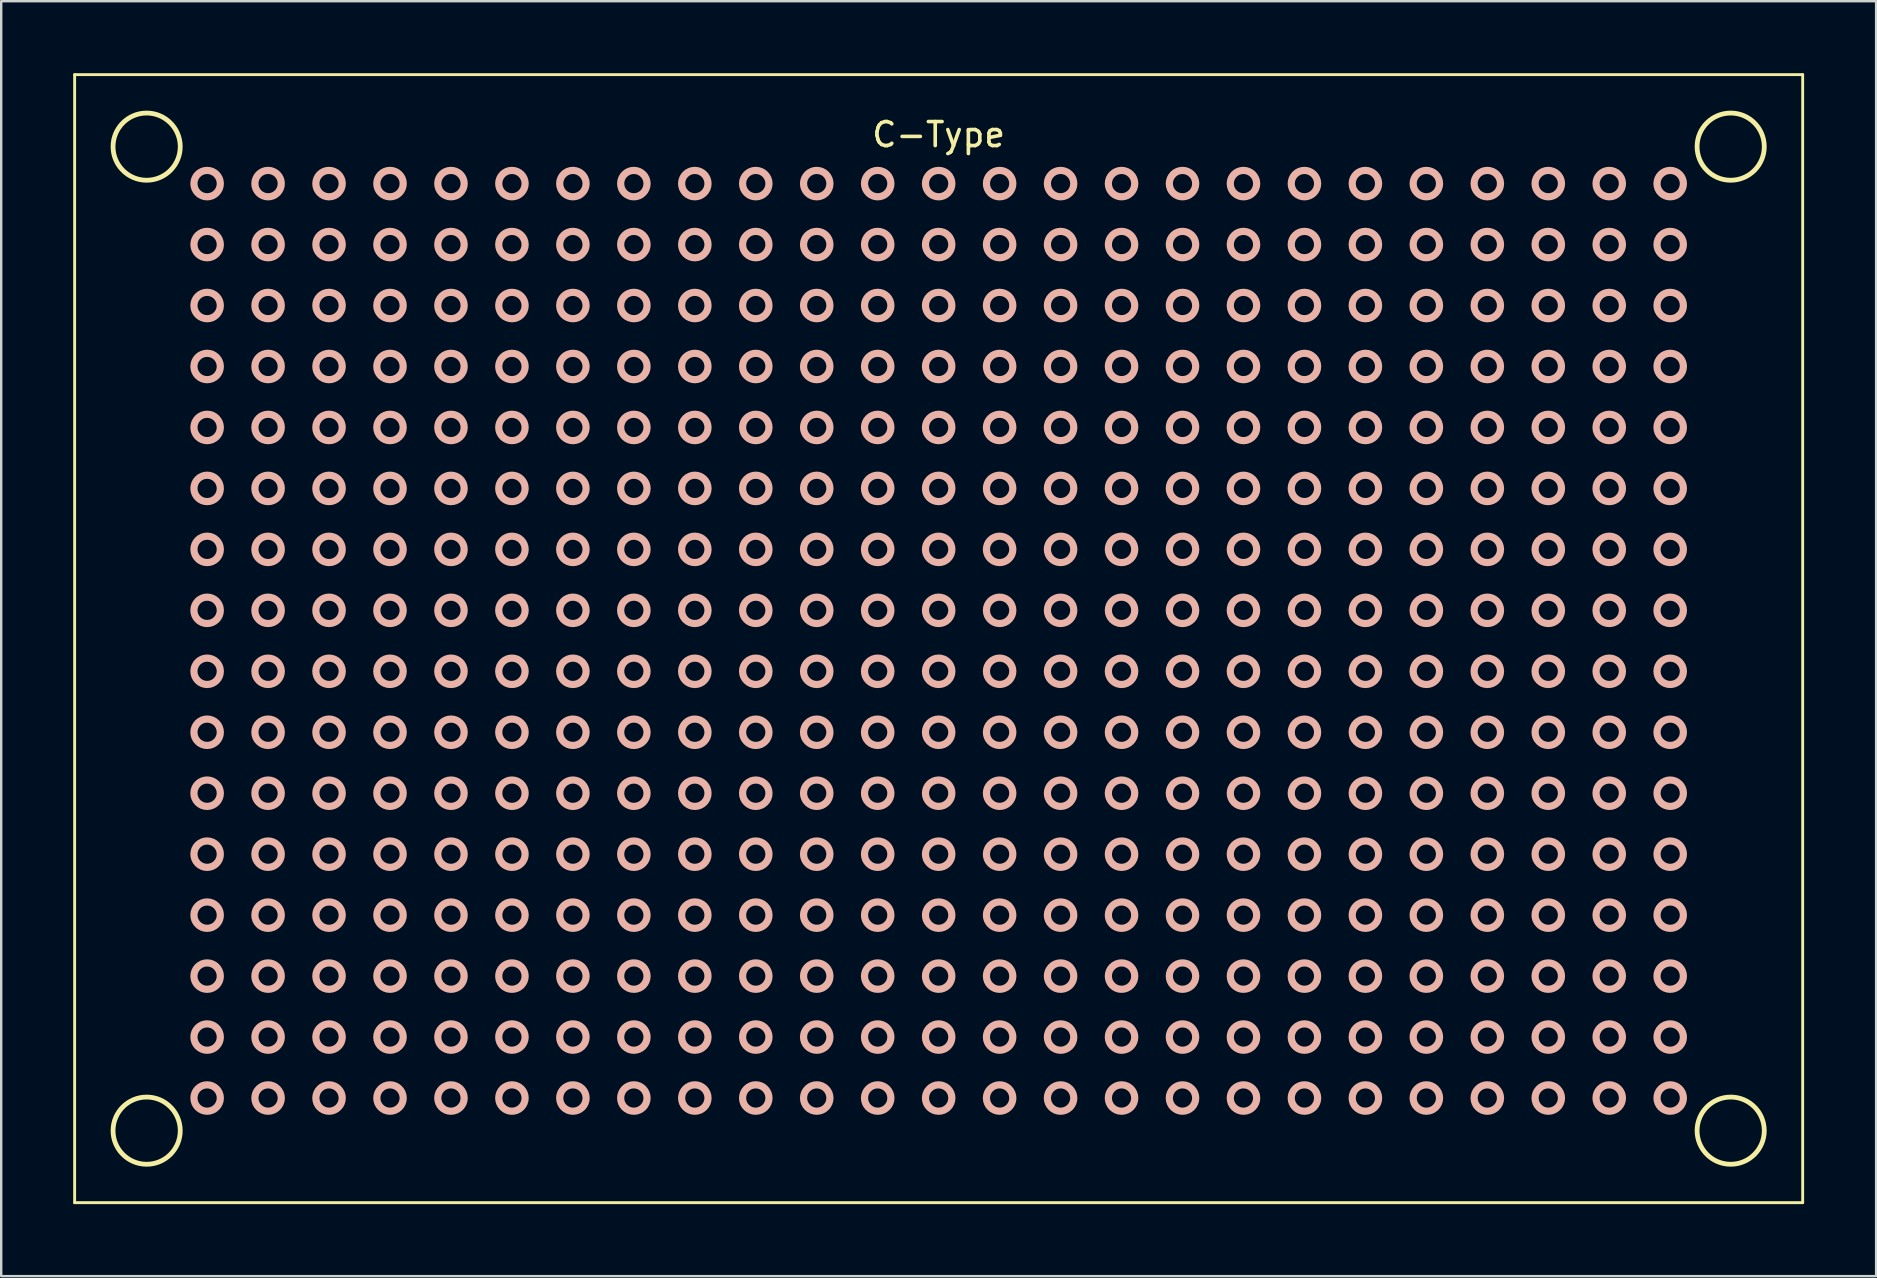
<source format=kicad_pcb>
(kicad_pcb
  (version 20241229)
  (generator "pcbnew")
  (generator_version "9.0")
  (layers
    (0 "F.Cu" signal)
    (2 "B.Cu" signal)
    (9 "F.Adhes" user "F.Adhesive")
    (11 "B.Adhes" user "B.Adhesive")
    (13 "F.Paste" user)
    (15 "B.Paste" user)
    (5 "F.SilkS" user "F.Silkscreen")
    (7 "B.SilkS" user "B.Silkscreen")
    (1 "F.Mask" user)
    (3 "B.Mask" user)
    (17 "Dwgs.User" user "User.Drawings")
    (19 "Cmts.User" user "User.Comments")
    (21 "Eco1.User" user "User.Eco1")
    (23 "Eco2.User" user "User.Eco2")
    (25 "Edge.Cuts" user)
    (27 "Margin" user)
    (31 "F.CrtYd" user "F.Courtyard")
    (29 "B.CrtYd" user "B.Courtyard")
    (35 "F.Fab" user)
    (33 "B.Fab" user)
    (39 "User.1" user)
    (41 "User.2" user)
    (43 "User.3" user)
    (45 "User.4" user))
  (footprint "C-Type"
    (layer "F.Cu")
    (at 36.06 2.06)
    (property "Reference" "C-Type" (at 0 0.5 0) (layer "F.SilkS") (effects (font (size 1 1) (thickness 0.15))))
    (attr through_hole)
    (fp_line (start -36 -2) (end 36 -2) (stroke (width 0.12) (type solid)) (layer "F.SilkS"))
    (fp_line (start -36 45) (end -36 -2) (stroke (width 0.12) (type solid)) (layer "F.SilkS"))
    (fp_line (start 36 -2) (end 36 45) (stroke (width 0.12) (type solid)) (layer "F.SilkS"))
    (fp_line (start 36 45) (end -36 45) (stroke (width 0.12) (type solid)) (layer "F.SilkS"))
    (fp_circle (center -33 1) (end -31.6 1) (stroke (width 0.2) (type solid)) (fill no) (layer "F.SilkS"))
    (fp_circle (center -33 42) (end -31.6 42) (stroke (width 0.2) (type solid)) (fill no) (layer "F.SilkS"))
    (fp_circle (center 33 1) (end 34.4 1) (stroke (width 0.2) (type solid)) (fill no) (layer "F.SilkS"))
    (fp_circle (center 33 42) (end 34.4 42) (stroke (width 0.2) (type solid)) (fill no) (layer "F.SilkS"))
    (fp_circle (center -30.48 2.54) (end -29.93 2.54) (stroke (width 0.3) (type solid)) (fill no) (layer "B.SilkS"))
    (fp_circle (center -30.48 5.08) (end -29.93 5.08) (stroke (width 0.3) (type solid)) (fill no) (layer "B.SilkS"))
    (fp_circle (center -30.48 7.62) (end -29.93 7.62) (stroke (width 0.3) (type solid)) (fill no) (layer "B.SilkS"))
    (fp_circle (center -30.48 10.16) (end -29.93 10.16) (stroke (width 0.3) (type solid)) (fill no) (layer "B.SilkS"))
    (fp_circle (center -30.48 12.7) (end -29.93 12.7) (stroke (width 0.3) (type solid)) (fill no) (layer "B.SilkS"))
    (fp_circle (center -30.48 15.24) (end -29.93 15.24) (stroke (width 0.3) (type solid)) (fill no) (layer "B.SilkS"))
    (fp_circle (center -30.48 17.78) (end -29.93 17.78) (stroke (width 0.3) (type solid)) (fill no) (layer "B.SilkS"))
    (fp_circle (center -30.48 20.32) (end -29.93 20.32) (stroke (width 0.3) (type solid)) (fill no) (layer "B.SilkS"))
    (fp_circle (center -30.48 22.86) (end -29.93 22.86) (stroke (width 0.3) (type solid)) (fill no) (layer "B.SilkS"))
    (fp_circle (center -30.48 25.4) (end -29.93 25.4) (stroke (width 0.3) (type solid)) (fill no) (layer "B.SilkS"))
    (fp_circle (center -30.48 27.94) (end -29.93 27.94) (stroke (width 0.3) (type solid)) (fill no) (layer "B.SilkS"))
    (fp_circle (center -30.48 30.48) (end -29.93 30.48) (stroke (width 0.3) (type solid)) (fill no) (layer "B.SilkS"))
    (fp_circle (center -30.48 33.02) (end -29.93 33.02) (stroke (width 0.3) (type solid)) (fill no) (layer "B.SilkS"))
    (fp_circle (center -30.48 35.56) (end -29.93 35.56) (stroke (width 0.3) (type solid)) (fill no) (layer "B.SilkS"))
    (fp_circle (center -30.48 38.1) (end -29.93 38.1) (stroke (width 0.3) (type solid)) (fill no) (layer "B.SilkS"))
    (fp_circle (center -30.48 40.64) (end -29.93 40.64) (stroke (width 0.3) (type solid)) (fill no) (layer "B.SilkS"))
    (fp_circle (center -27.94 2.54) (end -27.39 2.54) (stroke (width 0.3) (type solid)) (fill no) (layer "B.SilkS"))
    (fp_circle (center -27.94 5.08) (end -27.39 5.08) (stroke (width 0.3) (type solid)) (fill no) (layer "B.SilkS"))
    (fp_circle (center -27.94 7.62) (end -27.39 7.62) (stroke (width 0.3) (type solid)) (fill no) (layer "B.SilkS"))
    (fp_circle (center -27.94 10.16) (end -27.39 10.16) (stroke (width 0.3) (type solid)) (fill no) (layer "B.SilkS"))
    (fp_circle (center -27.94 12.7) (end -27.39 12.7) (stroke (width 0.3) (type solid)) (fill no) (layer "B.SilkS"))
    (fp_circle (center -27.94 15.24) (end -27.39 15.24) (stroke (width 0.3) (type solid)) (fill no) (layer "B.SilkS"))
    (fp_circle (center -27.94 17.78) (end -27.39 17.78) (stroke (width 0.3) (type solid)) (fill no) (layer "B.SilkS"))
    (fp_circle (center -27.94 20.32) (end -27.39 20.32) (stroke (width 0.3) (type solid)) (fill no) (layer "B.SilkS"))
    (fp_circle (center -27.94 22.86) (end -27.39 22.86) (stroke (width 0.3) (type solid)) (fill no) (layer "B.SilkS"))
    (fp_circle (center -27.94 25.4) (end -27.39 25.4) (stroke (width 0.3) (type solid)) (fill no) (layer "B.SilkS"))
    (fp_circle (center -27.94 27.94) (end -27.39 27.94) (stroke (width 0.3) (type solid)) (fill no) (layer "B.SilkS"))
    (fp_circle (center -27.94 30.48) (end -27.39 30.48) (stroke (width 0.3) (type solid)) (fill no) (layer "B.SilkS"))
    (fp_circle (center -27.94 33.02) (end -27.39 33.02) (stroke (width 0.3) (type solid)) (fill no) (layer "B.SilkS"))
    (fp_circle (center -27.94 35.56) (end -27.39 35.56) (stroke (width 0.3) (type solid)) (fill no) (layer "B.SilkS"))
    (fp_circle (center -27.94 38.1) (end -27.39 38.1) (stroke (width 0.3) (type solid)) (fill no) (layer "B.SilkS"))
    (fp_circle (center -27.94 40.64) (end -27.39 40.64) (stroke (width 0.3) (type solid)) (fill no) (layer "B.SilkS"))
    (fp_circle (center -25.4 2.54) (end -24.85 2.54) (stroke (width 0.3) (type solid)) (fill no) (layer "B.SilkS"))
    (fp_circle (center -25.4 5.08) (end -24.85 5.08) (stroke (width 0.3) (type solid)) (fill no) (layer "B.SilkS"))
    (fp_circle (center -25.4 7.62) (end -24.85 7.62) (stroke (width 0.3) (type solid)) (fill no) (layer "B.SilkS"))
    (fp_circle (center -25.4 10.16) (end -24.85 10.16) (stroke (width 0.3) (type solid)) (fill no) (layer "B.SilkS"))
    (fp_circle (center -25.4 12.7) (end -24.85 12.7) (stroke (width 0.3) (type solid)) (fill no) (layer "B.SilkS"))
    (fp_circle (center -25.4 15.24) (end -24.85 15.24) (stroke (width 0.3) (type solid)) (fill no) (layer "B.SilkS"))
    (fp_circle (center -25.4 17.78) (end -24.85 17.78) (stroke (width 0.3) (type solid)) (fill no) (layer "B.SilkS"))
    (fp_circle (center -25.4 20.32) (end -24.85 20.32) (stroke (width 0.3) (type solid)) (fill no) (layer "B.SilkS"))
    (fp_circle (center -25.4 22.86) (end -24.85 22.86) (stroke (width 0.3) (type solid)) (fill no) (layer "B.SilkS"))
    (fp_circle (center -25.4 25.4) (end -24.85 25.4) (stroke (width 0.3) (type solid)) (fill no) (layer "B.SilkS"))
    (fp_circle (center -25.4 27.94) (end -24.85 27.94) (stroke (width 0.3) (type solid)) (fill no) (layer "B.SilkS"))
    (fp_circle (center -25.4 30.48) (end -24.85 30.48) (stroke (width 0.3) (type solid)) (fill no) (layer "B.SilkS"))
    (fp_circle (center -25.4 33.02) (end -24.85 33.02) (stroke (width 0.3) (type solid)) (fill no) (layer "B.SilkS"))
    (fp_circle (center -25.4 35.56) (end -24.85 35.56) (stroke (width 0.3) (type solid)) (fill no) (layer "B.SilkS"))
    (fp_circle (center -25.4 38.1) (end -24.85 38.1) (stroke (width 0.3) (type solid)) (fill no) (layer "B.SilkS"))
    (fp_circle (center -25.4 40.64) (end -24.85 40.64) (stroke (width 0.3) (type solid)) (fill no) (layer "B.SilkS"))
    (fp_circle (center -22.86 2.54) (end -22.31 2.54) (stroke (width 0.3) (type solid)) (fill no) (layer "B.SilkS"))
    (fp_circle (center -22.86 5.08) (end -22.31 5.08) (stroke (width 0.3) (type solid)) (fill no) (layer "B.SilkS"))
    (fp_circle (center -22.86 7.62) (end -22.31 7.62) (stroke (width 0.3) (type solid)) (fill no) (layer "B.SilkS"))
    (fp_circle (center -22.86 10.16) (end -22.31 10.16) (stroke (width 0.3) (type solid)) (fill no) (layer "B.SilkS"))
    (fp_circle (center -22.86 12.7) (end -22.31 12.7) (stroke (width 0.3) (type solid)) (fill no) (layer "B.SilkS"))
    (fp_circle (center -22.86 15.24) (end -22.31 15.24) (stroke (width 0.3) (type solid)) (fill no) (layer "B.SilkS"))
    (fp_circle (center -22.86 17.78) (end -22.31 17.78) (stroke (width 0.3) (type solid)) (fill no) (layer "B.SilkS"))
    (fp_circle (center -22.86 20.32) (end -22.31 20.32) (stroke (width 0.3) (type solid)) (fill no) (layer "B.SilkS"))
    (fp_circle (center -22.86 22.86) (end -22.31 22.86) (stroke (width 0.3) (type solid)) (fill no) (layer "B.SilkS"))
    (fp_circle (center -22.86 25.4) (end -22.31 25.4) (stroke (width 0.3) (type solid)) (fill no) (layer "B.SilkS"))
    (fp_circle (center -22.86 27.94) (end -22.31 27.94) (stroke (width 0.3) (type solid)) (fill no) (layer "B.SilkS"))
    (fp_circle (center -22.86 30.48) (end -22.31 30.48) (stroke (width 0.3) (type solid)) (fill no) (layer "B.SilkS"))
    (fp_circle (center -22.86 33.02) (end -22.31 33.02) (stroke (width 0.3) (type solid)) (fill no) (layer "B.SilkS"))
    (fp_circle (center -22.86 35.56) (end -22.31 35.56) (stroke (width 0.3) (type solid)) (fill no) (layer "B.SilkS"))
    (fp_circle (center -22.86 38.1) (end -22.31 38.1) (stroke (width 0.3) (type solid)) (fill no) (layer "B.SilkS"))
    (fp_circle (center -22.86 40.64) (end -22.31 40.64) (stroke (width 0.3) (type solid)) (fill no) (layer "B.SilkS"))
    (fp_circle (center -20.32 2.54) (end -19.77 2.54) (stroke (width 0.3) (type solid)) (fill no) (layer "B.SilkS"))
    (fp_circle (center -20.32 5.08) (end -19.77 5.08) (stroke (width 0.3) (type solid)) (fill no) (layer "B.SilkS"))
    (fp_circle (center -20.32 7.62) (end -19.77 7.62) (stroke (width 0.3) (type solid)) (fill no) (layer "B.SilkS"))
    (fp_circle (center -20.32 10.16) (end -19.77 10.16) (stroke (width 0.3) (type solid)) (fill no) (layer "B.SilkS"))
    (fp_circle (center -20.32 12.7) (end -19.77 12.7) (stroke (width 0.3) (type solid)) (fill no) (layer "B.SilkS"))
    (fp_circle (center -20.32 15.24) (end -19.77 15.24) (stroke (width 0.3) (type solid)) (fill no) (layer "B.SilkS"))
    (fp_circle (center -20.32 17.78) (end -19.77 17.78) (stroke (width 0.3) (type solid)) (fill no) (layer "B.SilkS"))
    (fp_circle (center -20.32 20.32) (end -19.77 20.32) (stroke (width 0.3) (type solid)) (fill no) (layer "B.SilkS"))
    (fp_circle (center -20.32 22.86) (end -19.77 22.86) (stroke (width 0.3) (type solid)) (fill no) (layer "B.SilkS"))
    (fp_circle (center -20.32 25.4) (end -19.77 25.4) (stroke (width 0.3) (type solid)) (fill no) (layer "B.SilkS"))
    (fp_circle (center -20.32 27.94) (end -19.77 27.94) (stroke (width 0.3) (type solid)) (fill no) (layer "B.SilkS"))
    (fp_circle (center -20.32 30.48) (end -19.77 30.48) (stroke (width 0.3) (type solid)) (fill no) (layer "B.SilkS"))
    (fp_circle (center -20.32 33.02) (end -19.77 33.02) (stroke (width 0.3) (type solid)) (fill no) (layer "B.SilkS"))
    (fp_circle (center -20.32 35.56) (end -19.77 35.56) (stroke (width 0.3) (type solid)) (fill no) (layer "B.SilkS"))
    (fp_circle (center -20.32 38.1) (end -19.77 38.1) (stroke (width 0.3) (type solid)) (fill no) (layer "B.SilkS"))
    (fp_circle (center -20.32 40.64) (end -19.77 40.64) (stroke (width 0.3) (type solid)) (fill no) (layer "B.SilkS"))
    (fp_circle (center -17.78 2.54) (end -17.23 2.54) (stroke (width 0.3) (type solid)) (fill no) (layer "B.SilkS"))
    (fp_circle (center -17.78 5.08) (end -17.23 5.08) (stroke (width 0.3) (type solid)) (fill no) (layer "B.SilkS"))
    (fp_circle (center -17.78 7.62) (end -17.23 7.62) (stroke (width 0.3) (type solid)) (fill no) (layer "B.SilkS"))
    (fp_circle (center -17.78 10.16) (end -17.23 10.16) (stroke (width 0.3) (type solid)) (fill no) (layer "B.SilkS"))
    (fp_circle (center -17.78 12.7) (end -17.23 12.7) (stroke (width 0.3) (type solid)) (fill no) (layer "B.SilkS"))
    (fp_circle (center -17.78 15.24) (end -17.23 15.24) (stroke (width 0.3) (type solid)) (fill no) (layer "B.SilkS"))
    (fp_circle (center -17.78 17.78) (end -17.23 17.78) (stroke (width 0.3) (type solid)) (fill no) (layer "B.SilkS"))
    (fp_circle (center -17.78 20.32) (end -17.23 20.32) (stroke (width 0.3) (type solid)) (fill no) (layer "B.SilkS"))
    (fp_circle (center -17.78 22.86) (end -17.23 22.86) (stroke (width 0.3) (type solid)) (fill no) (layer "B.SilkS"))
    (fp_circle (center -17.78 25.4) (end -17.23 25.4) (stroke (width 0.3) (type solid)) (fill no) (layer "B.SilkS"))
    (fp_circle (center -17.78 27.94) (end -17.23 27.94) (stroke (width 0.3) (type solid)) (fill no) (layer "B.SilkS"))
    (fp_circle (center -17.78 30.48) (end -17.23 30.48) (stroke (width 0.3) (type solid)) (fill no) (layer "B.SilkS"))
    (fp_circle (center -17.78 33.02) (end -17.23 33.02) (stroke (width 0.3) (type solid)) (fill no) (layer "B.SilkS"))
    (fp_circle (center -17.78 35.56) (end -17.23 35.56) (stroke (width 0.3) (type solid)) (fill no) (layer "B.SilkS"))
    (fp_circle (center -17.78 38.1) (end -17.23 38.1) (stroke (width 0.3) (type solid)) (fill no) (layer "B.SilkS"))
    (fp_circle (center -17.78 40.64) (end -17.23 40.64) (stroke (width 0.3) (type solid)) (fill no) (layer "B.SilkS"))
    (fp_circle (center -15.24 2.54) (end -14.69 2.54) (stroke (width 0.3) (type solid)) (fill no) (layer "B.SilkS"))
    (fp_circle (center -15.24 5.08) (end -14.69 5.08) (stroke (width 0.3) (type solid)) (fill no) (layer "B.SilkS"))
    (fp_circle (center -15.24 7.62) (end -14.69 7.62) (stroke (width 0.3) (type solid)) (fill no) (layer "B.SilkS"))
    (fp_circle (center -15.24 10.16) (end -14.69 10.16) (stroke (width 0.3) (type solid)) (fill no) (layer "B.SilkS"))
    (fp_circle (center -15.24 12.7) (end -14.69 12.7) (stroke (width 0.3) (type solid)) (fill no) (layer "B.SilkS"))
    (fp_circle (center -15.24 15.24) (end -14.69 15.24) (stroke (width 0.3) (type solid)) (fill no) (layer "B.SilkS"))
    (fp_circle (center -15.24 17.78) (end -14.69 17.78) (stroke (width 0.3) (type solid)) (fill no) (layer "B.SilkS"))
    (fp_circle (center -15.24 20.32) (end -14.69 20.32) (stroke (width 0.3) (type solid)) (fill no) (layer "B.SilkS"))
    (fp_circle (center -15.24 22.86) (end -14.69 22.86) (stroke (width 0.3) (type solid)) (fill no) (layer "B.SilkS"))
    (fp_circle (center -15.24 25.4) (end -14.69 25.4) (stroke (width 0.3) (type solid)) (fill no) (layer "B.SilkS"))
    (fp_circle (center -15.24 27.94) (end -14.69 27.94) (stroke (width 0.3) (type solid)) (fill no) (layer "B.SilkS"))
    (fp_circle (center -15.24 30.48) (end -14.69 30.48) (stroke (width 0.3) (type solid)) (fill no) (layer "B.SilkS"))
    (fp_circle (center -15.24 33.02) (end -14.69 33.02) (stroke (width 0.3) (type solid)) (fill no) (layer "B.SilkS"))
    (fp_circle (center -15.24 35.56) (end -14.69 35.56) (stroke (width 0.3) (type solid)) (fill no) (layer "B.SilkS"))
    (fp_circle (center -15.24 38.1) (end -14.69 38.1) (stroke (width 0.3) (type solid)) (fill no) (layer "B.SilkS"))
    (fp_circle (center -15.24 40.64) (end -14.69 40.64) (stroke (width 0.3) (type solid)) (fill no) (layer "B.SilkS"))
    (fp_circle (center -12.7 2.54) (end -12.15 2.54) (stroke (width 0.3) (type solid)) (fill no) (layer "B.SilkS"))
    (fp_circle (center -12.7 5.08) (end -12.15 5.08) (stroke (width 0.3) (type solid)) (fill no) (layer "B.SilkS"))
    (fp_circle (center -12.7 7.62) (end -12.15 7.62) (stroke (width 0.3) (type solid)) (fill no) (layer "B.SilkS"))
    (fp_circle (center -12.7 10.16) (end -12.15 10.16) (stroke (width 0.3) (type solid)) (fill no) (layer "B.SilkS"))
    (fp_circle (center -12.7 12.7) (end -12.15 12.7) (stroke (width 0.3) (type solid)) (fill no) (layer "B.SilkS"))
    (fp_circle (center -12.7 15.24) (end -12.15 15.24) (stroke (width 0.3) (type solid)) (fill no) (layer "B.SilkS"))
    (fp_circle (center -12.7 17.78) (end -12.15 17.78) (stroke (width 0.3) (type solid)) (fill no) (layer "B.SilkS"))
    (fp_circle (center -12.7 20.32) (end -12.15 20.32) (stroke (width 0.3) (type solid)) (fill no) (layer "B.SilkS"))
    (fp_circle (center -12.7 22.86) (end -12.15 22.86) (stroke (width 0.3) (type solid)) (fill no) (layer "B.SilkS"))
    (fp_circle (center -12.7 25.4) (end -12.15 25.4) (stroke (width 0.3) (type solid)) (fill no) (layer "B.SilkS"))
    (fp_circle (center -12.7 27.94) (end -12.15 27.94) (stroke (width 0.3) (type solid)) (fill no) (layer "B.SilkS"))
    (fp_circle (center -12.7 30.48) (end -12.15 30.48) (stroke (width 0.3) (type solid)) (fill no) (layer "B.SilkS"))
    (fp_circle (center -12.7 33.02) (end -12.15 33.02) (stroke (width 0.3) (type solid)) (fill no) (layer "B.SilkS"))
    (fp_circle (center -12.7 35.56) (end -12.15 35.56) (stroke (width 0.3) (type solid)) (fill no) (layer "B.SilkS"))
    (fp_circle (center -12.7 38.1) (end -12.15 38.1) (stroke (width 0.3) (type solid)) (fill no) (layer "B.SilkS"))
    (fp_circle (center -12.7 40.64) (end -12.15 40.64) (stroke (width 0.3) (type solid)) (fill no) (layer "B.SilkS"))
    (fp_circle (center -10.16 2.54) (end -9.61 2.54) (stroke (width 0.3) (type solid)) (fill no) (layer "B.SilkS"))
    (fp_circle (center -10.16 5.08) (end -9.61 5.08) (stroke (width 0.3) (type solid)) (fill no) (layer "B.SilkS"))
    (fp_circle (center -10.16 7.62) (end -9.61 7.62) (stroke (width 0.3) (type solid)) (fill no) (layer "B.SilkS"))
    (fp_circle (center -10.16 10.16) (end -9.61 10.16) (stroke (width 0.3) (type solid)) (fill no) (layer "B.SilkS"))
    (fp_circle (center -10.16 12.7) (end -9.61 12.7) (stroke (width 0.3) (type solid)) (fill no) (layer "B.SilkS"))
    (fp_circle (center -10.16 15.24) (end -9.61 15.24) (stroke (width 0.3) (type solid)) (fill no) (layer "B.SilkS"))
    (fp_circle (center -10.16 17.78) (end -9.61 17.78) (stroke (width 0.3) (type solid)) (fill no) (layer "B.SilkS"))
    (fp_circle (center -10.16 20.32) (end -9.61 20.32) (stroke (width 0.3) (type solid)) (fill no) (layer "B.SilkS"))
    (fp_circle (center -10.16 22.86) (end -9.61 22.86) (stroke (width 0.3) (type solid)) (fill no) (layer "B.SilkS"))
    (fp_circle (center -10.16 25.4) (end -9.61 25.4) (stroke (width 0.3) (type solid)) (fill no) (layer "B.SilkS"))
    (fp_circle (center -10.16 27.94) (end -9.61 27.94) (stroke (width 0.3) (type solid)) (fill no) (layer "B.SilkS"))
    (fp_circle (center -10.16 30.48) (end -9.61 30.48) (stroke (width 0.3) (type solid)) (fill no) (layer "B.SilkS"))
    (fp_circle (center -10.16 33.02) (end -9.61 33.02) (stroke (width 0.3) (type solid)) (fill no) (layer "B.SilkS"))
    (fp_circle (center -10.16 35.56) (end -9.61 35.56) (stroke (width 0.3) (type solid)) (fill no) (layer "B.SilkS"))
    (fp_circle (center -10.16 38.1) (end -9.61 38.1) (stroke (width 0.3) (type solid)) (fill no) (layer "B.SilkS"))
    (fp_circle (center -10.16 40.64) (end -9.61 40.64) (stroke (width 0.3) (type solid)) (fill no) (layer "B.SilkS"))
    (fp_circle (center -7.62 2.54) (end -7.07 2.54) (stroke (width 0.3) (type solid)) (fill no) (layer "B.SilkS"))
    (fp_circle (center -7.62 5.08) (end -7.07 5.08) (stroke (width 0.3) (type solid)) (fill no) (layer "B.SilkS"))
    (fp_circle (center -7.62 7.62) (end -7.07 7.62) (stroke (width 0.3) (type solid)) (fill no) (layer "B.SilkS"))
    (fp_circle (center -7.62 10.16) (end -7.07 10.16) (stroke (width 0.3) (type solid)) (fill no) (layer "B.SilkS"))
    (fp_circle (center -7.62 12.7) (end -7.07 12.7) (stroke (width 0.3) (type solid)) (fill no) (layer "B.SilkS"))
    (fp_circle (center -7.62 15.24) (end -7.07 15.24) (stroke (width 0.3) (type solid)) (fill no) (layer "B.SilkS"))
    (fp_circle (center -7.62 17.78) (end -7.07 17.78) (stroke (width 0.3) (type solid)) (fill no) (layer "B.SilkS"))
    (fp_circle (center -7.62 20.32) (end -7.07 20.32) (stroke (width 0.3) (type solid)) (fill no) (layer "B.SilkS"))
    (fp_circle (center -7.62 22.86) (end -7.07 22.86) (stroke (width 0.3) (type solid)) (fill no) (layer "B.SilkS"))
    (fp_circle (center -7.62 25.4) (end -7.07 25.4) (stroke (width 0.3) (type solid)) (fill no) (layer "B.SilkS"))
    (fp_circle (center -7.62 27.94) (end -7.07 27.94) (stroke (width 0.3) (type solid)) (fill no) (layer "B.SilkS"))
    (fp_circle (center -7.62 30.48) (end -7.07 30.48) (stroke (width 0.3) (type solid)) (fill no) (layer "B.SilkS"))
    (fp_circle (center -7.62 33.02) (end -7.07 33.02) (stroke (width 0.3) (type solid)) (fill no) (layer "B.SilkS"))
    (fp_circle (center -7.62 35.56) (end -7.07 35.56) (stroke (width 0.3) (type solid)) (fill no) (layer "B.SilkS"))
    (fp_circle (center -7.62 38.1) (end -7.07 38.1) (stroke (width 0.3) (type solid)) (fill no) (layer "B.SilkS"))
    (fp_circle (center -7.62 40.64) (end -7.07 40.64) (stroke (width 0.3) (type solid)) (fill no) (layer "B.SilkS"))
    (fp_circle (center -5.08 2.54) (end -4.53 2.54) (stroke (width 0.3) (type solid)) (fill no) (layer "B.SilkS"))
    (fp_circle (center -5.08 5.08) (end -4.53 5.08) (stroke (width 0.3) (type solid)) (fill no) (layer "B.SilkS"))
    (fp_circle (center -5.08 7.62) (end -4.53 7.62) (stroke (width 0.3) (type solid)) (fill no) (layer "B.SilkS"))
    (fp_circle (center -5.08 10.16) (end -4.53 10.16) (stroke (width 0.3) (type solid)) (fill no) (layer "B.SilkS"))
    (fp_circle (center -5.08 12.7) (end -4.53 12.7) (stroke (width 0.3) (type solid)) (fill no) (layer "B.SilkS"))
    (fp_circle (center -5.08 15.24) (end -4.53 15.24) (stroke (width 0.3) (type solid)) (fill no) (layer "B.SilkS"))
    (fp_circle (center -5.08 17.78) (end -4.53 17.78) (stroke (width 0.3) (type solid)) (fill no) (layer "B.SilkS"))
    (fp_circle (center -5.08 20.32) (end -4.53 20.32) (stroke (width 0.3) (type solid)) (fill no) (layer "B.SilkS"))
    (fp_circle (center -5.08 22.86) (end -4.53 22.86) (stroke (width 0.3) (type solid)) (fill no) (layer "B.SilkS"))
    (fp_circle (center -5.08 25.4) (end -4.53 25.4) (stroke (width 0.3) (type solid)) (fill no) (layer "B.SilkS"))
    (fp_circle (center -5.08 27.94) (end -4.53 27.94) (stroke (width 0.3) (type solid)) (fill no) (layer "B.SilkS"))
    (fp_circle (center -5.08 30.48) (end -4.53 30.48) (stroke (width 0.3) (type solid)) (fill no) (layer "B.SilkS"))
    (fp_circle (center -5.08 33.02) (end -4.53 33.02) (stroke (width 0.3) (type solid)) (fill no) (layer "B.SilkS"))
    (fp_circle (center -5.08 35.56) (end -4.53 35.56) (stroke (width 0.3) (type solid)) (fill no) (layer "B.SilkS"))
    (fp_circle (center -5.08 38.1) (end -4.53 38.1) (stroke (width 0.3) (type solid)) (fill no) (layer "B.SilkS"))
    (fp_circle (center -5.08 40.64) (end -4.53 40.64) (stroke (width 0.3) (type solid)) (fill no) (layer "B.SilkS"))
    (fp_circle (center -2.54 2.54) (end -1.99 2.54) (stroke (width 0.3) (type solid)) (fill no) (layer "B.SilkS"))
    (fp_circle (center -2.54 5.08) (end -1.99 5.08) (stroke (width 0.3) (type solid)) (fill no) (layer "B.SilkS"))
    (fp_circle (center -2.54 7.62) (end -1.99 7.62) (stroke (width 0.3) (type solid)) (fill no) (layer "B.SilkS"))
    (fp_circle (center -2.54 10.16) (end -1.99 10.16) (stroke (width 0.3) (type solid)) (fill no) (layer "B.SilkS"))
    (fp_circle (center -2.54 12.7) (end -1.99 12.7) (stroke (width 0.3) (type solid)) (fill no) (layer "B.SilkS"))
    (fp_circle (center -2.54 15.24) (end -1.99 15.24) (stroke (width 0.3) (type solid)) (fill no) (layer "B.SilkS"))
    (fp_circle (center -2.54 17.78) (end -1.99 17.78) (stroke (width 0.3) (type solid)) (fill no) (layer "B.SilkS"))
    (fp_circle (center -2.54 20.32) (end -1.99 20.32) (stroke (width 0.3) (type solid)) (fill no) (layer "B.SilkS"))
    (fp_circle (center -2.54 22.86) (end -1.99 22.86) (stroke (width 0.3) (type solid)) (fill no) (layer "B.SilkS"))
    (fp_circle (center -2.54 25.4) (end -1.99 25.4) (stroke (width 0.3) (type solid)) (fill no) (layer "B.SilkS"))
    (fp_circle (center -2.54 27.94) (end -1.99 27.94) (stroke (width 0.3) (type solid)) (fill no) (layer "B.SilkS"))
    (fp_circle (center -2.54 30.48) (end -1.99 30.48) (stroke (width 0.3) (type solid)) (fill no) (layer "B.SilkS"))
    (fp_circle (center -2.54 33.02) (end -1.99 33.02) (stroke (width 0.3) (type solid)) (fill no) (layer "B.SilkS"))
    (fp_circle (center -2.54 35.56) (end -1.99 35.56) (stroke (width 0.3) (type solid)) (fill no) (layer "B.SilkS"))
    (fp_circle (center -2.54 38.1) (end -1.99 38.1) (stroke (width 0.3) (type solid)) (fill no) (layer "B.SilkS"))
    (fp_circle (center -2.54 40.64) (end -1.99 40.64) (stroke (width 0.3) (type solid)) (fill no) (layer "B.SilkS"))
    (fp_circle (center 0 2.54) (end 0.55 2.54) (stroke (width 0.3) (type solid)) (fill no) (layer "B.SilkS"))
    (fp_circle (center 0 5.08) (end 0.55 5.08) (stroke (width 0.3) (type solid)) (fill no) (layer "B.SilkS"))
    (fp_circle (center 0 7.62) (end 0.55 7.62) (stroke (width 0.3) (type solid)) (fill no) (layer "B.SilkS"))
    (fp_circle (center 0 10.16) (end 0.55 10.16) (stroke (width 0.3) (type solid)) (fill no) (layer "B.SilkS"))
    (fp_circle (center 0 12.7) (end 0.55 12.7) (stroke (width 0.3) (type solid)) (fill no) (layer "B.SilkS"))
    (fp_circle (center 0 15.24) (end 0.55 15.24) (stroke (width 0.3) (type solid)) (fill no) (layer "B.SilkS"))
    (fp_circle (center 0 17.78) (end 0.55 17.78) (stroke (width 0.3) (type solid)) (fill no) (layer "B.SilkS"))
    (fp_circle (center 0 20.32) (end 0.55 20.32) (stroke (width 0.3) (type solid)) (fill no) (layer "B.SilkS"))
    (fp_circle (center 0 22.86) (end 0.55 22.86) (stroke (width 0.3) (type solid)) (fill no) (layer "B.SilkS"))
    (fp_circle (center 0 25.4) (end 0.55 25.4) (stroke (width 0.3) (type solid)) (fill no) (layer "B.SilkS"))
    (fp_circle (center 0 27.94) (end 0.55 27.94) (stroke (width 0.3) (type solid)) (fill no) (layer "B.SilkS"))
    (fp_circle (center 0 30.48) (end 0.55 30.48) (stroke (width 0.3) (type solid)) (fill no) (layer "B.SilkS"))
    (fp_circle (center 0 33.02) (end 0.55 33.02) (stroke (width 0.3) (type solid)) (fill no) (layer "B.SilkS"))
    (fp_circle (center 0 35.56) (end 0.55 35.56) (stroke (width 0.3) (type solid)) (fill no) (layer "B.SilkS"))
    (fp_circle (center 0 38.1) (end 0.55 38.1) (stroke (width 0.3) (type solid)) (fill no) (layer "B.SilkS"))
    (fp_circle (center 0 40.64) (end 0.55 40.64) (stroke (width 0.3) (type solid)) (fill no) (layer "B.SilkS"))
    (fp_circle (center 2.54 2.54) (end 3.09 2.54) (stroke (width 0.3) (type solid)) (fill no) (layer "B.SilkS"))
    (fp_circle (center 2.54 5.08) (end 3.09 5.08) (stroke (width 0.3) (type solid)) (fill no) (layer "B.SilkS"))
    (fp_circle (center 2.54 7.62) (end 3.09 7.62) (stroke (width 0.3) (type solid)) (fill no) (layer "B.SilkS"))
    (fp_circle (center 2.54 10.16) (end 3.09 10.16) (stroke (width 0.3) (type solid)) (fill no) (layer "B.SilkS"))
    (fp_circle (center 2.54 12.7) (end 3.09 12.7) (stroke (width 0.3) (type solid)) (fill no) (layer "B.SilkS"))
    (fp_circle (center 2.54 15.24) (end 3.09 15.24) (stroke (width 0.3) (type solid)) (fill no) (layer "B.SilkS"))
    (fp_circle (center 2.54 17.78) (end 3.09 17.78) (stroke (width 0.3) (type solid)) (fill no) (layer "B.SilkS"))
    (fp_circle (center 2.54 20.32) (end 3.09 20.32) (stroke (width 0.3) (type solid)) (fill no) (layer "B.SilkS"))
    (fp_circle (center 2.54 22.86) (end 3.09 22.86) (stroke (width 0.3) (type solid)) (fill no) (layer "B.SilkS"))
    (fp_circle (center 2.54 25.4) (end 3.09 25.4) (stroke (width 0.3) (type solid)) (fill no) (layer "B.SilkS"))
    (fp_circle (center 2.54 27.94) (end 3.09 27.94) (stroke (width 0.3) (type solid)) (fill no) (layer "B.SilkS"))
    (fp_circle (center 2.54 30.48) (end 3.09 30.48) (stroke (width 0.3) (type solid)) (fill no) (layer "B.SilkS"))
    (fp_circle (center 2.54 33.02) (end 3.09 33.02) (stroke (width 0.3) (type solid)) (fill no) (layer "B.SilkS"))
    (fp_circle (center 2.54 35.56) (end 3.09 35.56) (stroke (width 0.3) (type solid)) (fill no) (layer "B.SilkS"))
    (fp_circle (center 2.54 38.1) (end 3.09 38.1) (stroke (width 0.3) (type solid)) (fill no) (layer "B.SilkS"))
    (fp_circle (center 2.54 40.64) (end 3.09 40.64) (stroke (width 0.3) (type solid)) (fill no) (layer "B.SilkS"))
    (fp_circle (center 5.08 2.54) (end 5.63 2.54) (stroke (width 0.3) (type solid)) (fill no) (layer "B.SilkS"))
    (fp_circle (center 5.08 5.08) (end 5.63 5.08) (stroke (width 0.3) (type solid)) (fill no) (layer "B.SilkS"))
    (fp_circle (center 5.08 7.62) (end 5.63 7.62) (stroke (width 0.3) (type solid)) (fill no) (layer "B.SilkS"))
    (fp_circle (center 5.08 10.16) (end 5.63 10.16) (stroke (width 0.3) (type solid)) (fill no) (layer "B.SilkS"))
    (fp_circle (center 5.08 12.7) (end 5.63 12.7) (stroke (width 0.3) (type solid)) (fill no) (layer "B.SilkS"))
    (fp_circle (center 5.08 15.24) (end 5.63 15.24) (stroke (width 0.3) (type solid)) (fill no) (layer "B.SilkS"))
    (fp_circle (center 5.08 17.78) (end 5.63 17.78) (stroke (width 0.3) (type solid)) (fill no) (layer "B.SilkS"))
    (fp_circle (center 5.08 20.32) (end 5.63 20.32) (stroke (width 0.3) (type solid)) (fill no) (layer "B.SilkS"))
    (fp_circle (center 5.08 22.86) (end 5.63 22.86) (stroke (width 0.3) (type solid)) (fill no) (layer "B.SilkS"))
    (fp_circle (center 5.08 25.4) (end 5.63 25.4) (stroke (width 0.3) (type solid)) (fill no) (layer "B.SilkS"))
    (fp_circle (center 5.08 27.94) (end 5.63 27.94) (stroke (width 0.3) (type solid)) (fill no) (layer "B.SilkS"))
    (fp_circle (center 5.08 30.48) (end 5.63 30.48) (stroke (width 0.3) (type solid)) (fill no) (layer "B.SilkS"))
    (fp_circle (center 5.08 33.02) (end 5.63 33.02) (stroke (width 0.3) (type solid)) (fill no) (layer "B.SilkS"))
    (fp_circle (center 5.08 35.56) (end 5.63 35.56) (stroke (width 0.3) (type solid)) (fill no) (layer "B.SilkS"))
    (fp_circle (center 5.08 38.1) (end 5.63 38.1) (stroke (width 0.3) (type solid)) (fill no) (layer "B.SilkS"))
    (fp_circle (center 5.08 40.64) (end 5.63 40.64) (stroke (width 0.3) (type solid)) (fill no) (layer "B.SilkS"))
    (fp_circle (center 7.62 2.54) (end 8.17 2.54) (stroke (width 0.3) (type solid)) (fill no) (layer "B.SilkS"))
    (fp_circle (center 7.62 5.08) (end 8.17 5.08) (stroke (width 0.3) (type solid)) (fill no) (layer "B.SilkS"))
    (fp_circle (center 7.62 7.62) (end 8.17 7.62) (stroke (width 0.3) (type solid)) (fill no) (layer "B.SilkS"))
    (fp_circle (center 7.62 10.16) (end 8.17 10.16) (stroke (width 0.3) (type solid)) (fill no) (layer "B.SilkS"))
    (fp_circle (center 7.62 12.7) (end 8.17 12.7) (stroke (width 0.3) (type solid)) (fill no) (layer "B.SilkS"))
    (fp_circle (center 7.62 15.24) (end 8.17 15.24) (stroke (width 0.3) (type solid)) (fill no) (layer "B.SilkS"))
    (fp_circle (center 7.62 17.78) (end 8.17 17.78) (stroke (width 0.3) (type solid)) (fill no) (layer "B.SilkS"))
    (fp_circle (center 7.62 20.32) (end 8.17 20.32) (stroke (width 0.3) (type solid)) (fill no) (layer "B.SilkS"))
    (fp_circle (center 7.62 22.86) (end 8.17 22.86) (stroke (width 0.3) (type solid)) (fill no) (layer "B.SilkS"))
    (fp_circle (center 7.62 25.4) (end 8.17 25.4) (stroke (width 0.3) (type solid)) (fill no) (layer "B.SilkS"))
    (fp_circle (center 7.62 27.94) (end 8.17 27.94) (stroke (width 0.3) (type solid)) (fill no) (layer "B.SilkS"))
    (fp_circle (center 7.62 30.48) (end 8.17 30.48) (stroke (width 0.3) (type solid)) (fill no) (layer "B.SilkS"))
    (fp_circle (center 7.62 33.02) (end 8.17 33.02) (stroke (width 0.3) (type solid)) (fill no) (layer "B.SilkS"))
    (fp_circle (center 7.62 35.56) (end 8.17 35.56) (stroke (width 0.3) (type solid)) (fill no) (layer "B.SilkS"))
    (fp_circle (center 7.62 38.1) (end 8.17 38.1) (stroke (width 0.3) (type solid)) (fill no) (layer "B.SilkS"))
    (fp_circle (center 7.62 40.64) (end 8.17 40.64) (stroke (width 0.3) (type solid)) (fill no) (layer "B.SilkS"))
    (fp_circle (center 10.16 2.54) (end 10.71 2.54) (stroke (width 0.3) (type solid)) (fill no) (layer "B.SilkS"))
    (fp_circle (center 10.16 5.08) (end 10.71 5.08) (stroke (width 0.3) (type solid)) (fill no) (layer "B.SilkS"))
    (fp_circle (center 10.16 7.62) (end 10.71 7.62) (stroke (width 0.3) (type solid)) (fill no) (layer "B.SilkS"))
    (fp_circle (center 10.16 10.16) (end 10.71 10.16) (stroke (width 0.3) (type solid)) (fill no) (layer "B.SilkS"))
    (fp_circle (center 10.16 12.7) (end 10.71 12.7) (stroke (width 0.3) (type solid)) (fill no) (layer "B.SilkS"))
    (fp_circle (center 10.16 15.24) (end 10.71 15.24) (stroke (width 0.3) (type solid)) (fill no) (layer "B.SilkS"))
    (fp_circle (center 10.16 17.78) (end 10.71 17.78) (stroke (width 0.3) (type solid)) (fill no) (layer "B.SilkS"))
    (fp_circle (center 10.16 20.32) (end 10.71 20.32) (stroke (width 0.3) (type solid)) (fill no) (layer "B.SilkS"))
    (fp_circle (center 10.16 22.86) (end 10.71 22.86) (stroke (width 0.3) (type solid)) (fill no) (layer "B.SilkS"))
    (fp_circle (center 10.16 25.4) (end 10.71 25.4) (stroke (width 0.3) (type solid)) (fill no) (layer "B.SilkS"))
    (fp_circle (center 10.16 27.94) (end 10.71 27.94) (stroke (width 0.3) (type solid)) (fill no) (layer "B.SilkS"))
    (fp_circle (center 10.16 30.48) (end 10.71 30.48) (stroke (width 0.3) (type solid)) (fill no) (layer "B.SilkS"))
    (fp_circle (center 10.16 33.02) (end 10.71 33.02) (stroke (width 0.3) (type solid)) (fill no) (layer "B.SilkS"))
    (fp_circle (center 10.16 35.56) (end 10.71 35.56) (stroke (width 0.3) (type solid)) (fill no) (layer "B.SilkS"))
    (fp_circle (center 10.16 38.1) (end 10.71 38.1) (stroke (width 0.3) (type solid)) (fill no) (layer "B.SilkS"))
    (fp_circle (center 10.16 40.64) (end 10.71 40.64) (stroke (width 0.3) (type solid)) (fill no) (layer "B.SilkS"))
    (fp_circle (center 12.7 2.54) (end 13.25 2.54) (stroke (width 0.3) (type solid)) (fill no) (layer "B.SilkS"))
    (fp_circle (center 12.7 5.08) (end 13.25 5.08) (stroke (width 0.3) (type solid)) (fill no) (layer "B.SilkS"))
    (fp_circle (center 12.7 7.62) (end 13.25 7.62) (stroke (width 0.3) (type solid)) (fill no) (layer "B.SilkS"))
    (fp_circle (center 12.7 10.16) (end 13.25 10.16) (stroke (width 0.3) (type solid)) (fill no) (layer "B.SilkS"))
    (fp_circle (center 12.7 12.7) (end 13.25 12.7) (stroke (width 0.3) (type solid)) (fill no) (layer "B.SilkS"))
    (fp_circle (center 12.7 15.24) (end 13.25 15.24) (stroke (width 0.3) (type solid)) (fill no) (layer "B.SilkS"))
    (fp_circle (center 12.7 17.78) (end 13.25 17.78) (stroke (width 0.3) (type solid)) (fill no) (layer "B.SilkS"))
    (fp_circle (center 12.7 20.32) (end 13.25 20.32) (stroke (width 0.3) (type solid)) (fill no) (layer "B.SilkS"))
    (fp_circle (center 12.7 22.86) (end 13.25 22.86) (stroke (width 0.3) (type solid)) (fill no) (layer "B.SilkS"))
    (fp_circle (center 12.7 25.4) (end 13.25 25.4) (stroke (width 0.3) (type solid)) (fill no) (layer "B.SilkS"))
    (fp_circle (center 12.7 27.94) (end 13.25 27.94) (stroke (width 0.3) (type solid)) (fill no) (layer "B.SilkS"))
    (fp_circle (center 12.7 30.48) (end 13.25 30.48) (stroke (width 0.3) (type solid)) (fill no) (layer "B.SilkS"))
    (fp_circle (center 12.7 33.02) (end 13.25 33.02) (stroke (width 0.3) (type solid)) (fill no) (layer "B.SilkS"))
    (fp_circle (center 12.7 35.56) (end 13.25 35.56) (stroke (width 0.3) (type solid)) (fill no) (layer "B.SilkS"))
    (fp_circle (center 12.7 38.1) (end 13.25 38.1) (stroke (width 0.3) (type solid)) (fill no) (layer "B.SilkS"))
    (fp_circle (center 12.7 40.64) (end 13.25 40.64) (stroke (width 0.3) (type solid)) (fill no) (layer "B.SilkS"))
    (fp_circle (center 15.24 2.54) (end 15.79 2.54) (stroke (width 0.3) (type solid)) (fill no) (layer "B.SilkS"))
    (fp_circle (center 15.24 5.08) (end 15.79 5.08) (stroke (width 0.3) (type solid)) (fill no) (layer "B.SilkS"))
    (fp_circle (center 15.24 7.62) (end 15.79 7.62) (stroke (width 0.3) (type solid)) (fill no) (layer "B.SilkS"))
    (fp_circle (center 15.24 10.16) (end 15.79 10.16) (stroke (width 0.3) (type solid)) (fill no) (layer "B.SilkS"))
    (fp_circle (center 15.24 12.7) (end 15.79 12.7) (stroke (width 0.3) (type solid)) (fill no) (layer "B.SilkS"))
    (fp_circle (center 15.24 15.24) (end 15.79 15.24) (stroke (width 0.3) (type solid)) (fill no) (layer "B.SilkS"))
    (fp_circle (center 15.24 17.78) (end 15.79 17.78) (stroke (width 0.3) (type solid)) (fill no) (layer "B.SilkS"))
    (fp_circle (center 15.24 20.32) (end 15.79 20.32) (stroke (width 0.3) (type solid)) (fill no) (layer "B.SilkS"))
    (fp_circle (center 15.24 22.86) (end 15.79 22.86) (stroke (width 0.3) (type solid)) (fill no) (layer "B.SilkS"))
    (fp_circle (center 15.24 25.4) (end 15.79 25.4) (stroke (width 0.3) (type solid)) (fill no) (layer "B.SilkS"))
    (fp_circle (center 15.24 27.94) (end 15.79 27.94) (stroke (width 0.3) (type solid)) (fill no) (layer "B.SilkS"))
    (fp_circle (center 15.24 30.48) (end 15.79 30.48) (stroke (width 0.3) (type solid)) (fill no) (layer "B.SilkS"))
    (fp_circle (center 15.24 33.02) (end 15.79 33.02) (stroke (width 0.3) (type solid)) (fill no) (layer "B.SilkS"))
    (fp_circle (center 15.24 35.56) (end 15.79 35.56) (stroke (width 0.3) (type solid)) (fill no) (layer "B.SilkS"))
    (fp_circle (center 15.24 38.1) (end 15.79 38.1) (stroke (width 0.3) (type solid)) (fill no) (layer "B.SilkS"))
    (fp_circle (center 15.24 40.64) (end 15.79 40.64) (stroke (width 0.3) (type solid)) (fill no) (layer "B.SilkS"))
    (fp_circle (center 17.78 2.54) (end 18.33 2.54) (stroke (width 0.3) (type solid)) (fill no) (layer "B.SilkS"))
    (fp_circle (center 17.78 5.08) (end 18.33 5.08) (stroke (width 0.3) (type solid)) (fill no) (layer "B.SilkS"))
    (fp_circle (center 17.78 7.62) (end 18.33 7.62) (stroke (width 0.3) (type solid)) (fill no) (layer "B.SilkS"))
    (fp_circle (center 17.78 10.16) (end 18.33 10.16) (stroke (width 0.3) (type solid)) (fill no) (layer "B.SilkS"))
    (fp_circle (center 17.78 12.7) (end 18.33 12.7) (stroke (width 0.3) (type solid)) (fill no) (layer "B.SilkS"))
    (fp_circle (center 17.78 15.24) (end 18.33 15.24) (stroke (width 0.3) (type solid)) (fill no) (layer "B.SilkS"))
    (fp_circle (center 17.78 17.78) (end 18.33 17.78) (stroke (width 0.3) (type solid)) (fill no) (layer "B.SilkS"))
    (fp_circle (center 17.78 20.32) (end 18.33 20.32) (stroke (width 0.3) (type solid)) (fill no) (layer "B.SilkS"))
    (fp_circle (center 17.78 22.86) (end 18.33 22.86) (stroke (width 0.3) (type solid)) (fill no) (layer "B.SilkS"))
    (fp_circle (center 17.78 25.4) (end 18.33 25.4) (stroke (width 0.3) (type solid)) (fill no) (layer "B.SilkS"))
    (fp_circle (center 17.78 27.94) (end 18.33 27.94) (stroke (width 0.3) (type solid)) (fill no) (layer "B.SilkS"))
    (fp_circle (center 17.78 30.48) (end 18.33 30.48) (stroke (width 0.3) (type solid)) (fill no) (layer "B.SilkS"))
    (fp_circle (center 17.78 33.02) (end 18.33 33.02) (stroke (width 0.3) (type solid)) (fill no) (layer "B.SilkS"))
    (fp_circle (center 17.78 35.56) (end 18.33 35.56) (stroke (width 0.3) (type solid)) (fill no) (layer "B.SilkS"))
    (fp_circle (center 17.78 38.1) (end 18.33 38.1) (stroke (width 0.3) (type solid)) (fill no) (layer "B.SilkS"))
    (fp_circle (center 17.78 40.64) (end 18.33 40.64) (stroke (width 0.3) (type solid)) (fill no) (layer "B.SilkS"))
    (fp_circle (center 20.32 2.54) (end 20.87 2.54) (stroke (width 0.3) (type solid)) (fill no) (layer "B.SilkS"))
    (fp_circle (center 20.32 5.08) (end 20.87 5.08) (stroke (width 0.3) (type solid)) (fill no) (layer "B.SilkS"))
    (fp_circle (center 20.32 7.62) (end 20.87 7.62) (stroke (width 0.3) (type solid)) (fill no) (layer "B.SilkS"))
    (fp_circle (center 20.32 10.16) (end 20.87 10.16) (stroke (width 0.3) (type solid)) (fill no) (layer "B.SilkS"))
    (fp_circle (center 20.32 12.7) (end 20.87 12.7) (stroke (width 0.3) (type solid)) (fill no) (layer "B.SilkS"))
    (fp_circle (center 20.32 15.24) (end 20.87 15.24) (stroke (width 0.3) (type solid)) (fill no) (layer "B.SilkS"))
    (fp_circle (center 20.32 17.78) (end 20.87 17.78) (stroke (width 0.3) (type solid)) (fill no) (layer "B.SilkS"))
    (fp_circle (center 20.32 20.32) (end 20.87 20.32) (stroke (width 0.3) (type solid)) (fill no) (layer "B.SilkS"))
    (fp_circle (center 20.32 22.86) (end 20.87 22.86) (stroke (width 0.3) (type solid)) (fill no) (layer "B.SilkS"))
    (fp_circle (center 20.32 25.4) (end 20.87 25.4) (stroke (width 0.3) (type solid)) (fill no) (layer "B.SilkS"))
    (fp_circle (center 20.32 27.94) (end 20.87 27.94) (stroke (width 0.3) (type solid)) (fill no) (layer "B.SilkS"))
    (fp_circle (center 20.32 30.48) (end 20.87 30.48) (stroke (width 0.3) (type solid)) (fill no) (layer "B.SilkS"))
    (fp_circle (center 20.32 33.02) (end 20.87 33.02) (stroke (width 0.3) (type solid)) (fill no) (layer "B.SilkS"))
    (fp_circle (center 20.32 35.56) (end 20.87 35.56) (stroke (width 0.3) (type solid)) (fill no) (layer "B.SilkS"))
    (fp_circle (center 20.32 38.1) (end 20.87 38.1) (stroke (width 0.3) (type solid)) (fill no) (layer "B.SilkS"))
    (fp_circle (center 20.32 40.64) (end 20.87 40.64) (stroke (width 0.3) (type solid)) (fill no) (layer "B.SilkS"))
    (fp_circle (center 22.86 2.54) (end 23.41 2.54) (stroke (width 0.3) (type solid)) (fill no) (layer "B.SilkS"))
    (fp_circle (center 22.86 5.08) (end 23.41 5.08) (stroke (width 0.3) (type solid)) (fill no) (layer "B.SilkS"))
    (fp_circle (center 22.86 7.62) (end 23.41 7.62) (stroke (width 0.3) (type solid)) (fill no) (layer "B.SilkS"))
    (fp_circle (center 22.86 10.16) (end 23.41 10.16) (stroke (width 0.3) (type solid)) (fill no) (layer "B.SilkS"))
    (fp_circle (center 22.86 12.7) (end 23.41 12.7) (stroke (width 0.3) (type solid)) (fill no) (layer "B.SilkS"))
    (fp_circle (center 22.86 15.24) (end 23.41 15.24) (stroke (width 0.3) (type solid)) (fill no) (layer "B.SilkS"))
    (fp_circle (center 22.86 17.78) (end 23.41 17.78) (stroke (width 0.3) (type solid)) (fill no) (layer "B.SilkS"))
    (fp_circle (center 22.86 20.32) (end 23.41 20.32) (stroke (width 0.3) (type solid)) (fill no) (layer "B.SilkS"))
    (fp_circle (center 22.86 22.86) (end 23.41 22.86) (stroke (width 0.3) (type solid)) (fill no) (layer "B.SilkS"))
    (fp_circle (center 22.86 25.4) (end 23.41 25.4) (stroke (width 0.3) (type solid)) (fill no) (layer "B.SilkS"))
    (fp_circle (center 22.86 27.94) (end 23.41 27.94) (stroke (width 0.3) (type solid)) (fill no) (layer "B.SilkS"))
    (fp_circle (center 22.86 30.48) (end 23.41 30.48) (stroke (width 0.3) (type solid)) (fill no) (layer "B.SilkS"))
    (fp_circle (center 22.86 33.02) (end 23.41 33.02) (stroke (width 0.3) (type solid)) (fill no) (layer "B.SilkS"))
    (fp_circle (center 22.86 35.56) (end 23.41 35.56) (stroke (width 0.3) (type solid)) (fill no) (layer "B.SilkS"))
    (fp_circle (center 22.86 38.1) (end 23.41 38.1) (stroke (width 0.3) (type solid)) (fill no) (layer "B.SilkS"))
    (fp_circle (center 22.86 40.64) (end 23.41 40.64) (stroke (width 0.3) (type solid)) (fill no) (layer "B.SilkS"))
    (fp_circle (center 25.4 2.54) (end 25.95 2.54) (stroke (width 0.3) (type solid)) (fill no) (layer "B.SilkS"))
    (fp_circle (center 25.4 5.08) (end 25.95 5.08) (stroke (width 0.3) (type solid)) (fill no) (layer "B.SilkS"))
    (fp_circle (center 25.4 7.62) (end 25.95 7.62) (stroke (width 0.3) (type solid)) (fill no) (layer "B.SilkS"))
    (fp_circle (center 25.4 10.16) (end 25.95 10.16) (stroke (width 0.3) (type solid)) (fill no) (layer "B.SilkS"))
    (fp_circle (center 25.4 12.7) (end 25.95 12.7) (stroke (width 0.3) (type solid)) (fill no) (layer "B.SilkS"))
    (fp_circle (center 25.4 15.24) (end 25.95 15.24) (stroke (width 0.3) (type solid)) (fill no) (layer "B.SilkS"))
    (fp_circle (center 25.4 17.78) (end 25.95 17.78) (stroke (width 0.3) (type solid)) (fill no) (layer "B.SilkS"))
    (fp_circle (center 25.4 20.32) (end 25.95 20.32) (stroke (width 0.3) (type solid)) (fill no) (layer "B.SilkS"))
    (fp_circle (center 25.4 22.86) (end 25.95 22.86) (stroke (width 0.3) (type solid)) (fill no) (layer "B.SilkS"))
    (fp_circle (center 25.4 25.4) (end 25.95 25.4) (stroke (width 0.3) (type solid)) (fill no) (layer "B.SilkS"))
    (fp_circle (center 25.4 27.94) (end 25.95 27.94) (stroke (width 0.3) (type solid)) (fill no) (layer "B.SilkS"))
    (fp_circle (center 25.4 30.48) (end 25.95 30.48) (stroke (width 0.3) (type solid)) (fill no) (layer "B.SilkS"))
    (fp_circle (center 25.4 33.02) (end 25.95 33.02) (stroke (width 0.3) (type solid)) (fill no) (layer "B.SilkS"))
    (fp_circle (center 25.4 35.56) (end 25.95 35.56) (stroke (width 0.3) (type solid)) (fill no) (layer "B.SilkS"))
    (fp_circle (center 25.4 38.1) (end 25.95 38.1) (stroke (width 0.3) (type solid)) (fill no) (layer "B.SilkS"))
    (fp_circle (center 25.4 40.64) (end 25.95 40.64) (stroke (width 0.3) (type solid)) (fill no) (layer "B.SilkS"))
    (fp_circle (center 27.94 2.54) (end 28.49 2.54) (stroke (width 0.3) (type solid)) (fill no) (layer "B.SilkS"))
    (fp_circle (center 27.94 5.08) (end 28.49 5.08) (stroke (width 0.3) (type solid)) (fill no) (layer "B.SilkS"))
    (fp_circle (center 27.94 7.62) (end 28.49 7.62) (stroke (width 0.3) (type solid)) (fill no) (layer "B.SilkS"))
    (fp_circle (center 27.94 10.16) (end 28.49 10.16) (stroke (width 0.3) (type solid)) (fill no) (layer "B.SilkS"))
    (fp_circle (center 27.94 12.7) (end 28.49 12.7) (stroke (width 0.3) (type solid)) (fill no) (layer "B.SilkS"))
    (fp_circle (center 27.94 15.24) (end 28.49 15.24) (stroke (width 0.3) (type solid)) (fill no) (layer "B.SilkS"))
    (fp_circle (center 27.94 17.78) (end 28.49 17.78) (stroke (width 0.3) (type solid)) (fill no) (layer "B.SilkS"))
    (fp_circle (center 27.94 20.32) (end 28.49 20.32) (stroke (width 0.3) (type solid)) (fill no) (layer "B.SilkS"))
    (fp_circle (center 27.94 22.86) (end 28.49 22.86) (stroke (width 0.3) (type solid)) (fill no) (layer "B.SilkS"))
    (fp_circle (center 27.94 25.4) (end 28.49 25.4) (stroke (width 0.3) (type solid)) (fill no) (layer "B.SilkS"))
    (fp_circle (center 27.94 27.94) (end 28.49 27.94) (stroke (width 0.3) (type solid)) (fill no) (layer "B.SilkS"))
    (fp_circle (center 27.94 30.48) (end 28.49 30.48) (stroke (width 0.3) (type solid)) (fill no) (layer "B.SilkS"))
    (fp_circle (center 27.94 33.02) (end 28.49 33.02) (stroke (width 0.3) (type solid)) (fill no) (layer "B.SilkS"))
    (fp_circle (center 27.94 35.56) (end 28.49 35.56) (stroke (width 0.3) (type solid)) (fill no) (layer "B.SilkS"))
    (fp_circle (center 27.94 38.1) (end 28.49 38.1) (stroke (width 0.3) (type solid)) (fill no) (layer "B.SilkS"))
    (fp_circle (center 27.94 40.64) (end 28.49 40.64) (stroke (width 0.3) (type solid)) (fill no) (layer "B.SilkS"))
    (fp_circle (center 30.48 2.54) (end 31.03 2.54) (stroke (width 0.3) (type solid)) (fill no) (layer "B.SilkS"))
    (fp_circle (center 30.48 5.08) (end 31.03 5.08) (stroke (width 0.3) (type solid)) (fill no) (layer "B.SilkS"))
    (fp_circle (center 30.48 7.62) (end 31.03 7.62) (stroke (width 0.3) (type solid)) (fill no) (layer "B.SilkS"))
    (fp_circle (center 30.48 10.16) (end 31.03 10.16) (stroke (width 0.3) (type solid)) (fill no) (layer "B.SilkS"))
    (fp_circle (center 30.48 12.7) (end 31.03 12.7) (stroke (width 0.3) (type solid)) (fill no) (layer "B.SilkS"))
    (fp_circle (center 30.48 15.24) (end 31.03 15.24) (stroke (width 0.3) (type solid)) (fill no) (layer "B.SilkS"))
    (fp_circle (center 30.48 17.78) (end 31.03 17.78) (stroke (width 0.3) (type solid)) (fill no) (layer "B.SilkS"))
    (fp_circle (center 30.48 20.32) (end 31.03 20.32) (stroke (width 0.3) (type solid)) (fill no) (layer "B.SilkS"))
    (fp_circle (center 30.48 22.86) (end 31.03 22.86) (stroke (width 0.3) (type solid)) (fill no) (layer "B.SilkS"))
    (fp_circle (center 30.48 25.4) (end 31.03 25.4) (stroke (width 0.3) (type solid)) (fill no) (layer "B.SilkS"))
    (fp_circle (center 30.48 27.94) (end 31.03 27.94) (stroke (width 0.3) (type solid)) (fill no) (layer "B.SilkS"))
    (fp_circle (center 30.48 30.48) (end 31.03 30.48) (stroke (width 0.3) (type solid)) (fill no) (layer "B.SilkS"))
    (fp_circle (center 30.48 33.02) (end 31.03 33.02) (stroke (width 0.3) (type solid)) (fill no) (layer "B.SilkS"))
    (fp_circle (center 30.48 35.56) (end 31.03 35.56) (stroke (width 0.3) (type solid)) (fill no) (layer "B.SilkS"))
    (fp_circle (center 30.48 38.1) (end 31.03 38.1) (stroke (width 0.3) (type solid)) (fill no) (layer "B.SilkS"))
    (fp_circle (center 30.48 40.64) (end 31.03 40.64) (stroke (width 0.3) (type solid)) (fill no) (layer "B.SilkS")))
  (gr_rect
    (start -3 -3)
    (end 75.12 50.12)
    (stroke (width 0.1) (type default))
    (fill no)
    (layer "Edge.Cuts")))
</source>
